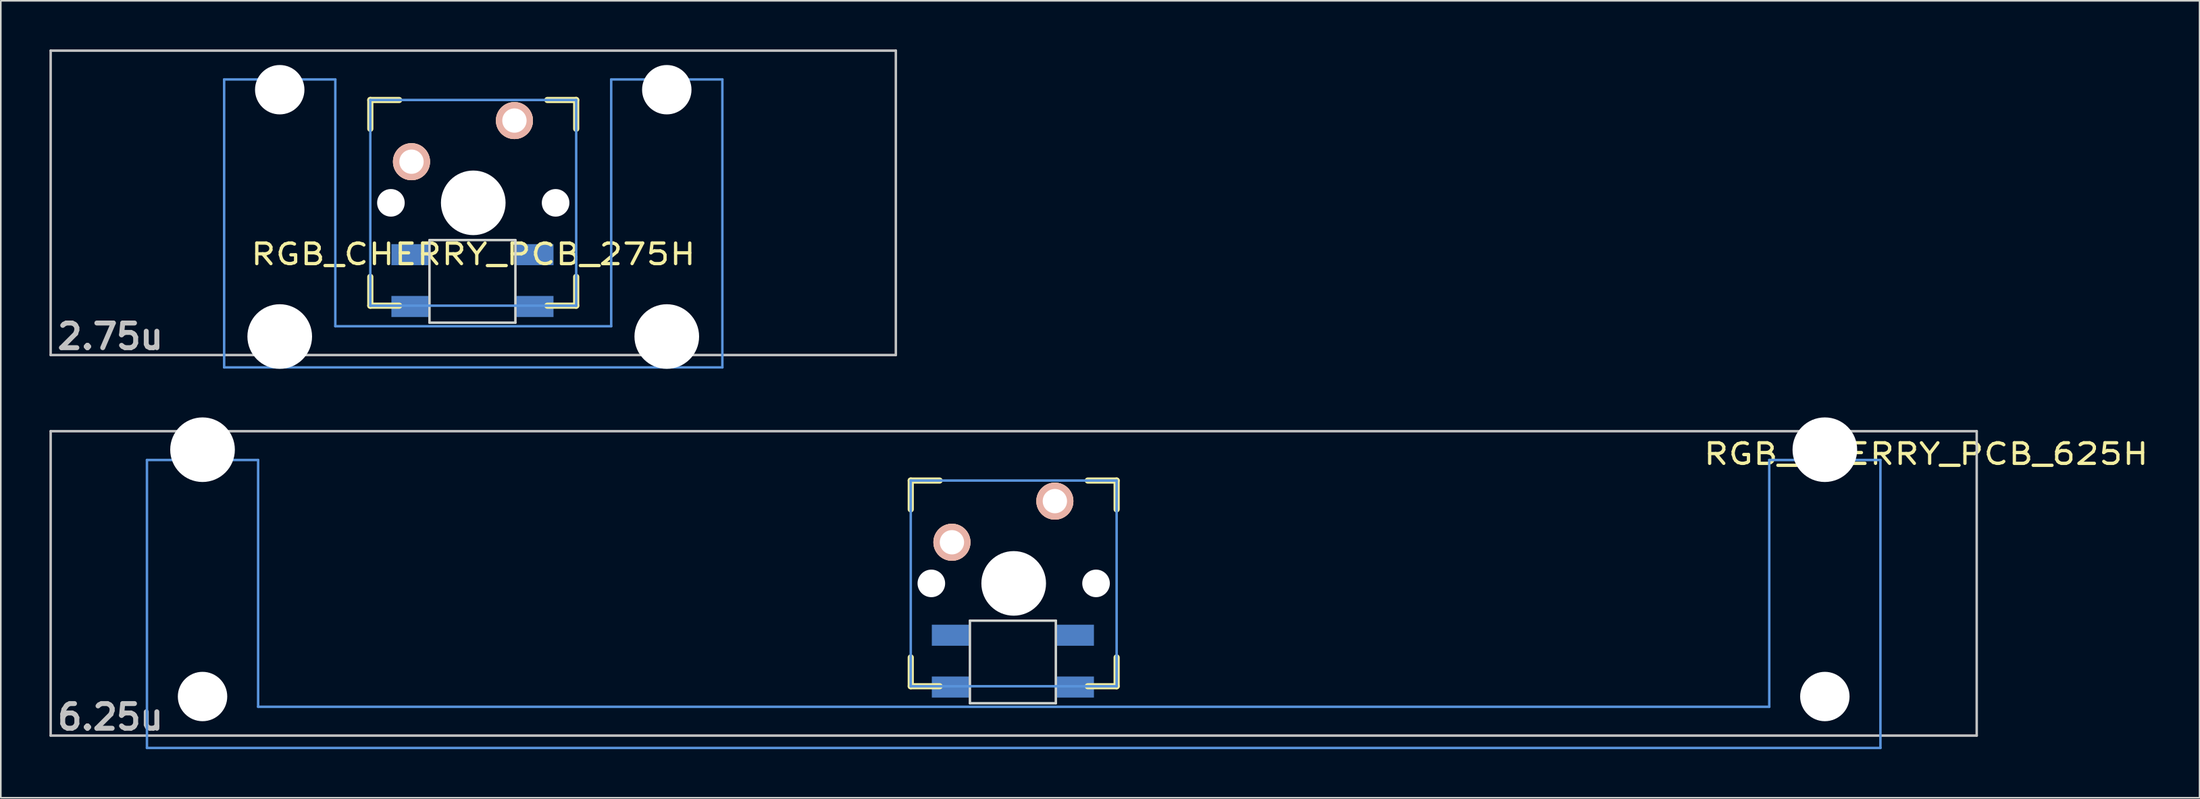
<source format=kicad_pcb>
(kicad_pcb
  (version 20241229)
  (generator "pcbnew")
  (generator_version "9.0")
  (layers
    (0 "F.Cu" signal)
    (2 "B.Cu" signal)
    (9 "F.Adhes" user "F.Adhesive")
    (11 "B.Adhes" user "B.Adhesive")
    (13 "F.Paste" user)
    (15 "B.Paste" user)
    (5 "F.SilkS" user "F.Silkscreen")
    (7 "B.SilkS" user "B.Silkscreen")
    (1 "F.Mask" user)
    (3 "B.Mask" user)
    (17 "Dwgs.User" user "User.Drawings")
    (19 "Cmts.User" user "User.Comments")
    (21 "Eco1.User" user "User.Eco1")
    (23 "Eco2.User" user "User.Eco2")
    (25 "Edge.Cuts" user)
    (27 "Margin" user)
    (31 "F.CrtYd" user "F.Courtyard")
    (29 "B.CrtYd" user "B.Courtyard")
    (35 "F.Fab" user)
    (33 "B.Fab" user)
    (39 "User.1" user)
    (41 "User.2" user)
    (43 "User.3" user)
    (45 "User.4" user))
  (footprint "RGB_CHERRY_PCB_625H"
    (layer "F.Cu")
    (at 59.482 32.972)
    (property "Reference" "RGB_CHERRY_PCB_625H" (at 56.285 -7.99 0) (layer "F.SilkS") (effects (font (size 1.27 1.524) (thickness 0.203))))
    (attr through_hole)
    (fp_line (start -6.35 -6.35) (end -4.572 -6.35) (stroke (width 0.381) (type solid)) (layer "F.SilkS"))
    (fp_line (start -6.35 -4.572) (end -6.35 -6.35) (stroke (width 0.381) (type solid)) (layer "F.SilkS"))
    (fp_line (start -6.35 6.35) (end -6.35 4.572) (stroke (width 0.381) (type solid)) (layer "F.SilkS"))
    (fp_line (start -4.572 6.35) (end -6.35 6.35) (stroke (width 0.381) (type solid)) (layer "F.SilkS"))
    (fp_line (start 4.572 -6.35) (end 6.35 -6.35) (stroke (width 0.381) (type solid)) (layer "F.SilkS"))
    (fp_line (start 6.35 -6.35) (end 6.35 -4.572) (stroke (width 0.381) (type solid)) (layer "F.SilkS"))
    (fp_line (start 6.35 4.572) (end 6.35 6.35) (stroke (width 0.381) (type solid)) (layer "F.SilkS"))
    (fp_line (start 6.35 6.35) (end 4.572 6.35) (stroke (width 0.381) (type solid)) (layer "F.SilkS"))
    (fp_line (start -59.406 -9.398) (end 59.406 -9.398) (stroke (width 0.152) (type solid)) (layer "Dwgs.User"))
    (fp_line (start -59.406 9.398) (end -59.406 -9.398) (stroke (width 0.152) (type solid)) (layer "Dwgs.User"))
    (fp_line (start 59.406 -9.398) (end 59.406 9.398) (stroke (width 0.152) (type solid)) (layer "Dwgs.User"))
    (fp_line (start 59.406 9.398) (end -59.406 9.398) (stroke (width 0.152) (type solid)) (layer "Dwgs.User"))
    (fp_line (start -53.467 -7.62) (end -53.467 10.16) (stroke (width 0.152) (type solid)) (layer "Cmts.User"))
    (fp_line (start -53.467 10.16) (end 53.467 10.16) (stroke (width 0.152) (type solid)) (layer "Cmts.User"))
    (fp_line (start -46.609 -7.62) (end -53.467 -7.62) (stroke (width 0.152) (type solid)) (layer "Cmts.User"))
    (fp_line (start -46.609 7.62) (end -46.609 -7.62) (stroke (width 0.152) (type solid)) (layer "Cmts.User"))
    (fp_line (start -6.35 -6.35) (end 6.35 -6.35) (stroke (width 0.152) (type solid)) (layer "Cmts.User"))
    (fp_line (start -6.35 6.35) (end -6.35 -6.35) (stroke (width 0.152) (type solid)) (layer "Cmts.User"))
    (fp_line (start 6.35 -6.35) (end 6.35 6.35) (stroke (width 0.152) (type solid)) (layer "Cmts.User"))
    (fp_line (start 6.35 6.35) (end -6.35 6.35) (stroke (width 0.152) (type solid)) (layer "Cmts.User"))
    (fp_line (start 46.609 -7.62) (end 46.609 7.62) (stroke (width 0.152) (type solid)) (layer "Cmts.User"))
    (fp_line (start 46.609 7.62) (end -46.609 7.62) (stroke (width 0.152) (type solid)) (layer "Cmts.User"))
    (fp_line (start 53.467 -7.62) (end 46.609 -7.62) (stroke (width 0.152) (type solid)) (layer "Cmts.User"))
    (fp_line (start 53.467 10.16) (end 53.467 -7.62) (stroke (width 0.152) (type solid)) (layer "Cmts.User"))
    (fp_line (start -54.229 -2.286) (end -53.365 -2.286) (stroke (width 0.152) (type solid)) (layer "Eco2.User"))
    (fp_line (start -54.229 0.508) (end -54.229 -2.286) (stroke (width 0.152) (type solid)) (layer "Eco2.User"))
    (fp_line (start -53.365 -5.69) (end -46.711 -5.69) (stroke (width 0.152) (type solid)) (layer "Eco2.User"))
    (fp_line (start -53.365 -2.286) (end -53.365 -5.69) (stroke (width 0.152) (type solid)) (layer "Eco2.User"))
    (fp_line (start -53.365 0.508) (end -54.229 0.508) (stroke (width 0.152) (type solid)) (layer "Eco2.User"))
    (fp_line (start -53.365 6.604) (end -53.365 0.508) (stroke (width 0.152) (type solid)) (layer "Eco2.User"))
    (fp_line (start -52.324 6.604) (end -53.365 6.604) (stroke (width 0.152) (type solid)) (layer "Eco2.User"))
    (fp_line (start -52.324 7.772) (end -52.324 6.604) (stroke (width 0.152) (type solid)) (layer "Eco2.User"))
    (fp_line (start -47.752 6.604) (end -47.752 7.772) (stroke (width 0.152) (type solid)) (layer "Eco2.User"))
    (fp_line (start -47.752 7.772) (end -52.324 7.772) (stroke (width 0.152) (type solid)) (layer "Eco2.User"))
    (fp_line (start -46.711 -5.69) (end -46.711 -2.286) (stroke (width 0.152) (type solid)) (layer "Eco2.User"))
    (fp_line (start -46.711 -2.286) (end -6.985 -2.286) (stroke (width 0.152) (type solid)) (layer "Eco2.User"))
    (fp_line (start -46.711 2.286) (end -46.711 6.604) (stroke (width 0.152) (type solid)) (layer "Eco2.User"))
    (fp_line (start -46.711 6.604) (end -47.752 6.604) (stroke (width 0.152) (type solid)) (layer "Eco2.User"))
    (fp_line (start -6.985 -6.985) (end 6.985 -6.985) (stroke (width 0.152) (type solid)) (layer "Eco2.User"))
    (fp_line (start -6.985 -2.286) (end -6.985 -6.985) (stroke (width 0.152) (type solid)) (layer "Eco2.User"))
    (fp_line (start -6.985 2.286) (end -46.711 2.286) (stroke (width 0.152) (type solid)) (layer "Eco2.User"))
    (fp_line (start -6.985 6.985) (end -6.985 2.286) (stroke (width 0.152) (type solid)) (layer "Eco2.User"))
    (fp_line (start 6.985 -6.985) (end 6.985 -2.286) (stroke (width 0.152) (type solid)) (layer "Eco2.User"))
    (fp_line (start 6.985 -2.286) (end 46.711 -2.286) (stroke (width 0.152) (type solid)) (layer "Eco2.User"))
    (fp_line (start 6.985 2.286) (end 6.985 6.985) (stroke (width 0.152) (type solid)) (layer "Eco2.User"))
    (fp_line (start 6.985 6.985) (end -6.985 6.985) (stroke (width 0.152) (type solid)) (layer "Eco2.User"))
    (fp_line (start 46.711 -5.69) (end 53.365 -5.69) (stroke (width 0.152) (type solid)) (layer "Eco2.User"))
    (fp_line (start 46.711 -2.286) (end 46.711 -5.69) (stroke (width 0.152) (type solid)) (layer "Eco2.User"))
    (fp_line (start 46.711 2.286) (end 6.985 2.286) (stroke (width 0.152) (type solid)) (layer "Eco2.User"))
    (fp_line (start 46.711 6.604) (end 46.711 2.286) (stroke (width 0.152) (type solid)) (layer "Eco2.User"))
    (fp_line (start 47.752 6.604) (end 46.711 6.604) (stroke (width 0.152) (type solid)) (layer "Eco2.User"))
    (fp_line (start 47.752 7.772) (end 47.752 6.604) (stroke (width 0.152) (type solid)) (layer "Eco2.User"))
    (fp_line (start 52.324 6.604) (end 52.324 7.772) (stroke (width 0.152) (type solid)) (layer "Eco2.User"))
    (fp_line (start 52.324 7.772) (end 47.752 7.772) (stroke (width 0.152) (type solid)) (layer "Eco2.User"))
    (fp_line (start 53.365 -5.69) (end 53.365 -2.286) (stroke (width 0.152) (type solid)) (layer "Eco2.User"))
    (fp_line (start 53.365 -2.286) (end 54.229 -2.286) (stroke (width 0.152) (type solid)) (layer "Eco2.User"))
    (fp_line (start 53.365 0.508) (end 53.365 6.604) (stroke (width 0.152) (type solid)) (layer "Eco2.User"))
    (fp_line (start 53.365 6.604) (end 52.324 6.604) (stroke (width 0.152) (type solid)) (layer "Eco2.User"))
    (fp_line (start 54.229 -2.286) (end 54.229 0.508) (stroke (width 0.152) (type solid)) (layer "Eco2.User"))
    (fp_line (start 54.229 0.508) (end 53.365 0.508) (stroke (width 0.152) (type solid)) (layer "Eco2.User"))
    (fp_line (start -2.7 2.3) (end -2.7 7.4) (stroke (width 0.15) (type solid)) (layer "Edge.Cuts"))
    (fp_line (start -2.7 2.3) (end 2.6 2.3) (stroke (width 0.15) (type solid)) (layer "Edge.Cuts"))
    (fp_line (start 2.6 2.3) (end 2.6 7.4) (stroke (width 0.15) (type solid)) (layer "Edge.Cuts"))
    (fp_line (start 2.6 7.4) (end -2.7 7.4) (stroke (width 0.15) (type solid)) (layer "Edge.Cuts"))
    (fp_text user "6.25u" (at -55.723 8.255 0) (layer "Dwgs.User") (effects (font (size 1.524 1.524) (thickness 0.305))))
    (pad "" np_thru_hole circle (at -50.038 -8.255) (size 3.988 3.988) (drill 3.988) (layers "*.Cu"))
    (pad "" np_thru_hole circle (at -50.038 6.985) (size 3.048 3.048) (drill 3.048) (layers "*.Cu"))
    (pad "" np_thru_hole circle (at -5.08 0) (size 1.702 1.702) (drill 1.702) (layers "*.Cu"))
    (pad "" np_thru_hole circle (at 0 0) (size 3.988 3.988) (drill 3.988) (layers "*.Cu"))
    (pad "" np_thru_hole circle (at 5.08 0) (size 1.702 1.702) (drill 1.702) (layers "*.Cu"))
    (pad "" np_thru_hole circle (at 50.038 -8.255) (size 3.988 3.988) (drill 3.988) (layers "*.Cu"))
    (pad "" np_thru_hole circle (at 50.038 6.985) (size 3.048 3.048) (drill 3.048) (layers "*.Cu"))
    (pad "1" thru_hole circle (at 2.54 -5.08) (size 2.286 2.286) (drill 1.499) (layers "*.Cu" "*.SilkS" "*.Mask"))
    (pad "2" thru_hole circle (at -3.81 -2.54) (size 2.286 2.286) (drill 1.499) (layers "*.Cu" "*.SilkS" "*.Mask"))
    (pad "3" smd rect (at -2.8 3.2) (size 2.3 1.3) (drill (offset -1.1 0)) (layers "B.Cu" "B.Mask" "B.Paste"))
    (pad "4" smd rect (at -2.8 6.4) (size 2.3 1.3) (drill (offset -1.1 0)) (layers "B.Cu" "B.Mask" "B.Paste"))
    (pad "5" smd rect (at 2.7 6.4) (size 2.3 1.3) (drill (offset 1.1 0)) (layers "B.Cu" "B.Mask" "B.Paste"))
    (pad "6" smd rect (at 2.7 3.2) (size 2.3 1.3) (drill (offset 1.1 0)) (layers "B.Cu" "B.Mask" "B.Paste")))
  (footprint "RGB_CHERRY_PCB_275H"
    (layer "F.Cu")
    (at 26.144 9.474)
    (property "Reference" "RGB_CHERRY_PCB_275H" (at 0 3.175 0) (layer "F.SilkS") (effects (font (size 1.27 1.524) (thickness 0.203))))
    (attr through_hole)
    (fp_line (start -6.35 -6.35) (end -4.572 -6.35) (stroke (width 0.381) (type solid)) (layer "F.SilkS"))
    (fp_line (start -6.35 -4.572) (end -6.35 -6.35) (stroke (width 0.381) (type solid)) (layer "F.SilkS"))
    (fp_line (start -6.35 6.35) (end -6.35 4.572) (stroke (width 0.381) (type solid)) (layer "F.SilkS"))
    (fp_line (start -4.572 6.35) (end -6.35 6.35) (stroke (width 0.381) (type solid)) (layer "F.SilkS"))
    (fp_line (start 4.572 -6.35) (end 6.35 -6.35) (stroke (width 0.381) (type solid)) (layer "F.SilkS"))
    (fp_line (start 6.35 -6.35) (end 6.35 -4.572) (stroke (width 0.381) (type solid)) (layer "F.SilkS"))
    (fp_line (start 6.35 4.572) (end 6.35 6.35) (stroke (width 0.381) (type solid)) (layer "F.SilkS"))
    (fp_line (start 6.35 6.35) (end 4.572 6.35) (stroke (width 0.381) (type solid)) (layer "F.SilkS"))
    (fp_line (start -26.068 -9.398) (end 26.068 -9.398) (stroke (width 0.152) (type solid)) (layer "Dwgs.User"))
    (fp_line (start -26.068 9.398) (end -26.068 -9.398) (stroke (width 0.152) (type solid)) (layer "Dwgs.User"))
    (fp_line (start 26.068 -9.398) (end 26.068 9.398) (stroke (width 0.152) (type solid)) (layer "Dwgs.User"))
    (fp_line (start 26.068 9.398) (end -26.068 9.398) (stroke (width 0.152) (type solid)) (layer "Dwgs.User"))
    (fp_line (start -15.367 -7.62) (end -15.367 10.16) (stroke (width 0.152) (type solid)) (layer "Cmts.User"))
    (fp_line (start -15.367 10.16) (end 15.367 10.16) (stroke (width 0.152) (type solid)) (layer "Cmts.User"))
    (fp_line (start -8.509 -7.62) (end -15.367 -7.62) (stroke (width 0.152) (type solid)) (layer "Cmts.User"))
    (fp_line (start -8.509 7.62) (end -8.509 -7.62) (stroke (width 0.152) (type solid)) (layer "Cmts.User"))
    (fp_line (start -6.35 -6.35) (end 6.35 -6.35) (stroke (width 0.152) (type solid)) (layer "Cmts.User"))
    (fp_line (start -6.35 6.35) (end -6.35 -6.35) (stroke (width 0.152) (type solid)) (layer "Cmts.User"))
    (fp_line (start 6.35 -6.35) (end 6.35 6.35) (stroke (width 0.152) (type solid)) (layer "Cmts.User"))
    (fp_line (start 6.35 6.35) (end -6.35 6.35) (stroke (width 0.152) (type solid)) (layer "Cmts.User"))
    (fp_line (start 8.509 -7.62) (end 8.509 7.62) (stroke (width 0.152) (type solid)) (layer "Cmts.User"))
    (fp_line (start 8.509 7.62) (end -8.509 7.62) (stroke (width 0.152) (type solid)) (layer "Cmts.User"))
    (fp_line (start 15.367 -7.62) (end 8.509 -7.62) (stroke (width 0.152) (type solid)) (layer "Cmts.User"))
    (fp_line (start 15.367 10.16) (end 15.367 -7.62) (stroke (width 0.152) (type solid)) (layer "Cmts.User"))
    (fp_line (start -16.129 -2.286) (end -15.265 -2.286) (stroke (width 0.152) (type solid)) (layer "Eco2.User"))
    (fp_line (start -16.129 0.508) (end -16.129 -2.286) (stroke (width 0.152) (type solid)) (layer "Eco2.User"))
    (fp_line (start -15.265 -5.69) (end -8.611 -5.69) (stroke (width 0.152) (type solid)) (layer "Eco2.User"))
    (fp_line (start -15.265 -2.286) (end -15.265 -5.69) (stroke (width 0.152) (type solid)) (layer "Eco2.User"))
    (fp_line (start -15.265 0.508) (end -16.129 0.508) (stroke (width 0.152) (type solid)) (layer "Eco2.User"))
    (fp_line (start -15.265 6.604) (end -15.265 0.508) (stroke (width 0.152) (type solid)) (layer "Eco2.User"))
    (fp_line (start -14.224 6.604) (end -15.265 6.604) (stroke (width 0.152) (type solid)) (layer "Eco2.User"))
    (fp_line (start -14.224 7.772) (end -14.224 6.604) (stroke (width 0.152) (type solid)) (layer "Eco2.User"))
    (fp_line (start -9.652 6.604) (end -9.652 7.772) (stroke (width 0.152) (type solid)) (layer "Eco2.User"))
    (fp_line (start -9.652 7.772) (end -14.224 7.772) (stroke (width 0.152) (type solid)) (layer "Eco2.User"))
    (fp_line (start -8.611 -5.69) (end -8.611 -4.877) (stroke (width 0.152) (type solid)) (layer "Eco2.User"))
    (fp_line (start -8.611 -4.877) (end -6.985 -4.877) (stroke (width 0.152) (type solid)) (layer "Eco2.User"))
    (fp_line (start -8.611 5.817) (end -8.611 6.604) (stroke (width 0.152) (type solid)) (layer "Eco2.User"))
    (fp_line (start -8.611 6.604) (end -9.652 6.604) (stroke (width 0.152) (type solid)) (layer "Eco2.User"))
    (fp_line (start -6.985 -6.985) (end 6.985 -6.985) (stroke (width 0.152) (type solid)) (layer "Eco2.User"))
    (fp_line (start -6.985 -4.877) (end -6.985 -6.985) (stroke (width 0.152) (type solid)) (layer "Eco2.User"))
    (fp_line (start -6.985 5.817) (end -8.611 5.817) (stroke (width 0.152) (type solid)) (layer "Eco2.User"))
    (fp_line (start -6.985 6.985) (end -6.985 5.817) (stroke (width 0.152) (type solid)) (layer "Eco2.User"))
    (fp_line (start 6.985 -6.985) (end 6.985 -4.877) (stroke (width 0.152) (type solid)) (layer "Eco2.User"))
    (fp_line (start 6.985 -4.877) (end 8.611 -4.877) (stroke (width 0.152) (type solid)) (layer "Eco2.User"))
    (fp_line (start 6.985 5.817) (end 6.985 6.985) (stroke (width 0.152) (type solid)) (layer "Eco2.User"))
    (fp_line (start 6.985 6.985) (end -6.985 6.985) (stroke (width 0.152) (type solid)) (layer "Eco2.User"))
    (fp_line (start 8.611 -5.69) (end 15.265 -5.69) (stroke (width 0.152) (type solid)) (layer "Eco2.User"))
    (fp_line (start 8.611 -4.877) (end 8.611 -5.69) (stroke (width 0.152) (type solid)) (layer "Eco2.User"))
    (fp_line (start 8.611 5.817) (end 6.985 5.817) (stroke (width 0.152) (type solid)) (layer "Eco2.User"))
    (fp_line (start 8.611 6.604) (end 8.611 5.817) (stroke (width 0.152) (type solid)) (layer "Eco2.User"))
    (fp_line (start 9.652 6.604) (end 8.611 6.604) (stroke (width 0.152) (type solid)) (layer "Eco2.User"))
    (fp_line (start 9.652 7.772) (end 9.652 6.604) (stroke (width 0.152) (type solid)) (layer "Eco2.User"))
    (fp_line (start 14.224 6.604) (end 14.224 7.772) (stroke (width 0.152) (type solid)) (layer "Eco2.User"))
    (fp_line (start 14.224 7.772) (end 9.652 7.772) (stroke (width 0.152) (type solid)) (layer "Eco2.User"))
    (fp_line (start 15.265 -5.69) (end 15.265 -2.286) (stroke (width 0.152) (type solid)) (layer "Eco2.User"))
    (fp_line (start 15.265 -2.286) (end 16.129 -2.286) (stroke (width 0.152) (type solid)) (layer "Eco2.User"))
    (fp_line (start 15.265 0.508) (end 15.265 6.604) (stroke (width 0.152) (type solid)) (layer "Eco2.User"))
    (fp_line (start 15.265 6.604) (end 14.224 6.604) (stroke (width 0.152) (type solid)) (layer "Eco2.User"))
    (fp_line (start 16.129 -2.286) (end 16.129 0.508) (stroke (width 0.152) (type solid)) (layer "Eco2.User"))
    (fp_line (start 16.129 0.508) (end 15.265 0.508) (stroke (width 0.152) (type solid)) (layer "Eco2.User"))
    (fp_line (start -2.7 2.3) (end -2.7 7.4) (stroke (width 0.15) (type solid)) (layer "Edge.Cuts"))
    (fp_line (start -2.7 2.3) (end 2.6 2.3) (stroke (width 0.15) (type solid)) (layer "Edge.Cuts"))
    (fp_line (start 2.6 2.3) (end 2.6 7.4) (stroke (width 0.15) (type solid)) (layer "Edge.Cuts"))
    (fp_line (start 2.6 7.4) (end -2.7 7.4) (stroke (width 0.15) (type solid)) (layer "Edge.Cuts"))
    (fp_text user "2.75u" (at -22.385 8.255 0) (layer "Dwgs.User") (effects (font (size 1.524 1.524) (thickness 0.305))))
    (pad "" np_thru_hole circle (at -11.938 -6.985) (size 3.048 3.048) (drill 3.048) (layers "*.Cu"))
    (pad "" np_thru_hole circle (at -11.938 8.255) (size 3.988 3.988) (drill 3.988) (layers "*.Cu"))
    (pad "" np_thru_hole circle (at -5.08 0) (size 1.702 1.702) (drill 1.702) (layers "*.Cu"))
    (pad "" np_thru_hole circle (at 0 0) (size 3.988 3.988) (drill 3.988) (layers "*.Cu"))
    (pad "" np_thru_hole circle (at 5.08 0) (size 1.702 1.702) (drill 1.702) (layers "*.Cu"))
    (pad "" np_thru_hole circle (at 11.938 -6.985) (size 3.048 3.048) (drill 3.048) (layers "*.Cu"))
    (pad "" np_thru_hole circle (at 11.938 8.255) (size 3.988 3.988) (drill 3.988) (layers "*.Cu"))
    (pad "1" thru_hole circle (at 2.54 -5.08) (size 2.286 2.286) (drill 1.499) (layers "*.Cu" "*.SilkS" "*.Mask"))
    (pad "2" thru_hole circle (at -3.81 -2.54) (size 2.286 2.286) (drill 1.499) (layers "*.Cu" "*.SilkS" "*.Mask"))
    (pad "3" smd rect (at -2.8 3.2) (size 2.3 1.3) (drill (offset -1.1 0)) (layers "B.Cu" "B.Mask" "B.Paste"))
    (pad "4" smd rect (at -2.8 6.4) (size 2.3 1.3) (drill (offset -1.1 0)) (layers "B.Cu" "B.Mask" "B.Paste"))
    (pad "5" smd rect (at 2.7 6.4) (size 2.3 1.3) (drill (offset 1.1 0)) (layers "B.Cu" "B.Mask" "B.Paste"))
    (pad "6" smd rect (at 2.7 3.2) (size 2.3 1.3) (drill (offset 1.1 0)) (layers "B.Cu" "B.Mask" "B.Paste")))
  (gr_rect
    (start -3 -3)
    (end 132.635 46.208)
    (stroke (width 0.1) (type default))
    (fill no)
    (layer "Edge.Cuts")))
</source>
